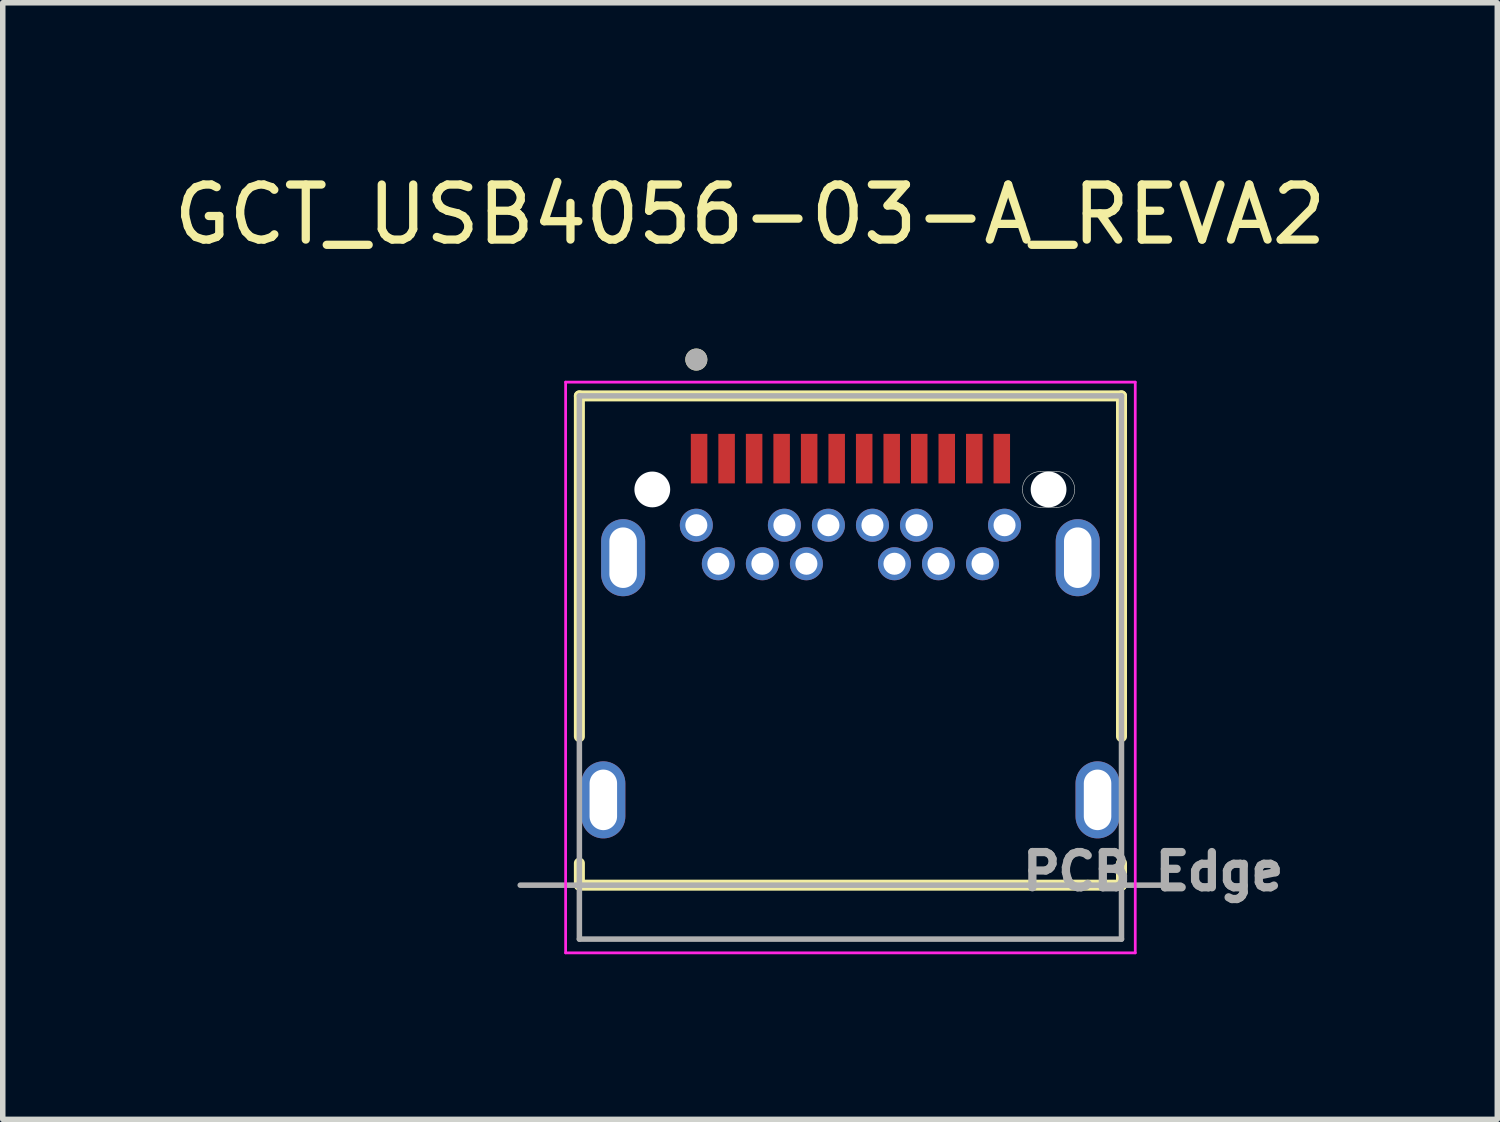
<source format=kicad_pcb>
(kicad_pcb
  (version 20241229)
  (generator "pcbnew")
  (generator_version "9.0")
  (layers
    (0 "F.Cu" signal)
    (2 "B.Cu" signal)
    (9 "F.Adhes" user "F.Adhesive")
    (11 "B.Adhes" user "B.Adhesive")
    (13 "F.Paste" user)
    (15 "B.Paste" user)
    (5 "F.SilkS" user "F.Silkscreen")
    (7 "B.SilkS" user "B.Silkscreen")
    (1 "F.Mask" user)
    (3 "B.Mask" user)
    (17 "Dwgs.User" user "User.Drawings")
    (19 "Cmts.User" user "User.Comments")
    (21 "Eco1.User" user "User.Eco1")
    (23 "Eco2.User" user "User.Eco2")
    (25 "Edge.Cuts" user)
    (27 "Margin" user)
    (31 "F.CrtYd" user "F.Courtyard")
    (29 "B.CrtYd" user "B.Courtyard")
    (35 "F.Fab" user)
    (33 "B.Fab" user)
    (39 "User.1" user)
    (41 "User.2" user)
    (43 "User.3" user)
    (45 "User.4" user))
  (footprint "GCT_USB4056-03-A_REVA2"
    (layer "F.Cu")
    (at 12.402 11.483)
    (property "Reference" "GCT_USB4056-03-A_REVA2" (at -1.825 -10.635 0) (layer "F.SilkS") (effects (font (size 1 1) (thickness 0.15))))
    (attr through_hole)
    (fp_poly (pts (xy 3.025 -5.64) (xy 3.026 -5.662) (xy 3.027 -5.684) (xy 3.03 -5.706) (xy 3.034 -5.728) (xy 3.039 -5.75) (xy 3.046 -5.771) (xy 3.053 -5.792) (xy 3.062 -5.813) (xy 3.071 -5.833) (xy 3.082 -5.853) (xy 3.094 -5.871) (xy 3.106 -5.89) (xy 3.12 -5.907) (xy 3.134 -5.924) (xy 3.149 -5.941) (xy 3.166 -5.956) (xy 3.183 -5.97) (xy 3.2 -5.984) (xy 3.219 -5.996) (xy 3.237 -6.008) (xy 3.257 -6.019) (xy 3.277 -6.028) (xy 3.298 -6.037) (xy 3.319 -6.044) (xy 3.34 -6.051) (xy 3.362 -6.056) (xy 3.384 -6.06) (xy 3.406 -6.063) (xy 3.428 -6.064) (xy 3.45 -6.065) (xy 3.75 -6.065) (xy 3.772 -6.064) (xy 3.794 -6.063) (xy 3.816 -6.06) (xy 3.838 -6.056) (xy 3.86 -6.051) (xy 3.881 -6.044) (xy 3.902 -6.037) (xy 3.923 -6.028) (xy 3.943 -6.019) (xy 3.962 -6.008) (xy 3.981 -5.996) (xy 4 -5.984) (xy 4.017 -5.97) (xy 4.034 -5.956) (xy 4.051 -5.941) (xy 4.066 -5.924) (xy 4.08 -5.907) (xy 4.094 -5.89) (xy 4.106 -5.871) (xy 4.118 -5.853) (xy 4.129 -5.833) (xy 4.138 -5.813) (xy 4.147 -5.792) (xy 4.154 -5.771) (xy 4.161 -5.75) (xy 4.166 -5.728) (xy 4.17 -5.706) (xy 4.173 -5.684) (xy 4.174 -5.662) (xy 4.175 -5.64) (xy 4.174 -5.618) (xy 4.173 -5.596) (xy 4.17 -5.574) (xy 4.166 -5.552) (xy 4.161 -5.53) (xy 4.154 -5.509) (xy 4.147 -5.488) (xy 4.138 -5.467) (xy 4.129 -5.447) (xy 4.118 -5.428) (xy 4.106 -5.409) (xy 4.094 -5.39) (xy 4.08 -5.373) (xy 4.066 -5.356) (xy 4.051 -5.339) (xy 4.034 -5.324) (xy 4.017 -5.31) (xy 4 -5.296) (xy 3.981 -5.284) (xy 3.962 -5.272) (xy 3.943 -5.261) (xy 3.923 -5.252) (xy 3.902 -5.243) (xy 3.881 -5.236) (xy 3.86 -5.229) (xy 3.838 -5.224) (xy 3.816 -5.22) (xy 3.794 -5.217) (xy 3.772 -5.216) (xy 3.75 -5.215) (xy 3.45 -5.215) (xy 3.428 -5.216) (xy 3.406 -5.217) (xy 3.384 -5.22) (xy 3.362 -5.224) (xy 3.34 -5.229) (xy 3.319 -5.236) (xy 3.298 -5.243) (xy 3.277 -5.252) (xy 3.257 -5.261) (xy 3.237 -5.272) (xy 3.219 -5.284) (xy 3.2 -5.296) (xy 3.183 -5.31) (xy 3.166 -5.324) (xy 3.149 -5.339) (xy 3.134 -5.356) (xy 3.12 -5.373) (xy 3.106 -5.39) (xy 3.094 -5.409) (xy 3.082 -5.428) (xy 3.071 -5.447) (xy 3.062 -5.467) (xy 3.053 -5.488) (xy 3.046 -5.509) (xy 3.039 -5.53) (xy 3.034 -5.552) (xy 3.03 -5.574) (xy 3.027 -5.596) (xy 3.026 -5.618) (xy 3.025 -5.64)) (stroke (width 0.01) (type solid)) (fill yes) (layer "F.Mask"))
    (fp_poly (pts (xy 3.025 -5.64) (xy 3.026 -5.662) (xy 3.027 -5.684) (xy 3.03 -5.706) (xy 3.034 -5.728) (xy 3.039 -5.75) (xy 3.046 -5.771) (xy 3.053 -5.792) (xy 3.062 -5.813) (xy 3.071 -5.833) (xy 3.082 -5.853) (xy 3.094 -5.871) (xy 3.106 -5.89) (xy 3.12 -5.907) (xy 3.134 -5.924) (xy 3.149 -5.941) (xy 3.166 -5.956) (xy 3.183 -5.97) (xy 3.2 -5.984) (xy 3.219 -5.996) (xy 3.237 -6.008) (xy 3.257 -6.019) (xy 3.277 -6.028) (xy 3.298 -6.037) (xy 3.319 -6.044) (xy 3.34 -6.051) (xy 3.362 -6.056) (xy 3.384 -6.06) (xy 3.406 -6.063) (xy 3.428 -6.064) (xy 3.45 -6.065) (xy 3.75 -6.065) (xy 3.772 -6.064) (xy 3.794 -6.063) (xy 3.816 -6.06) (xy 3.838 -6.056) (xy 3.86 -6.051) (xy 3.881 -6.044) (xy 3.902 -6.037) (xy 3.923 -6.028) (xy 3.943 -6.019) (xy 3.962 -6.008) (xy 3.981 -5.996) (xy 4 -5.984) (xy 4.017 -5.97) (xy 4.034 -5.956) (xy 4.051 -5.941) (xy 4.066 -5.924) (xy 4.08 -5.907) (xy 4.094 -5.89) (xy 4.106 -5.871) (xy 4.118 -5.853) (xy 4.129 -5.833) (xy 4.138 -5.813) (xy 4.147 -5.792) (xy 4.154 -5.771) (xy 4.161 -5.75) (xy 4.166 -5.728) (xy 4.17 -5.706) (xy 4.173 -5.684) (xy 4.174 -5.662) (xy 4.175 -5.64) (xy 4.174 -5.618) (xy 4.173 -5.596) (xy 4.17 -5.574) (xy 4.166 -5.552) (xy 4.161 -5.53) (xy 4.154 -5.509) (xy 4.147 -5.488) (xy 4.138 -5.467) (xy 4.129 -5.447) (xy 4.118 -5.428) (xy 4.106 -5.409) (xy 4.094 -5.39) (xy 4.08 -5.373) (xy 4.066 -5.356) (xy 4.051 -5.339) (xy 4.034 -5.324) (xy 4.017 -5.31) (xy 4 -5.296) (xy 3.981 -5.284) (xy 3.962 -5.272) (xy 3.943 -5.261) (xy 3.923 -5.252) (xy 3.902 -5.243) (xy 3.881 -5.236) (xy 3.86 -5.229) (xy 3.838 -5.224) (xy 3.816 -5.22) (xy 3.794 -5.217) (xy 3.772 -5.216) (xy 3.75 -5.215) (xy 3.45 -5.215) (xy 3.428 -5.216) (xy 3.406 -5.217) (xy 3.384 -5.22) (xy 3.362 -5.224) (xy 3.34 -5.229) (xy 3.319 -5.236) (xy 3.298 -5.243) (xy 3.277 -5.252) (xy 3.257 -5.261) (xy 3.237 -5.272) (xy 3.219 -5.284) (xy 3.2 -5.296) (xy 3.183 -5.31) (xy 3.166 -5.324) (xy 3.149 -5.339) (xy 3.134 -5.356) (xy 3.12 -5.373) (xy 3.106 -5.39) (xy 3.094 -5.409) (xy 3.082 -5.428) (xy 3.071 -5.447) (xy 3.062 -5.467) (xy 3.053 -5.488) (xy 3.046 -5.509) (xy 3.039 -5.53) (xy 3.034 -5.552) (xy 3.03 -5.574) (xy 3.027 -5.596) (xy 3.026 -5.618) (xy 3.025 -5.64)) (stroke (width 0.01) (type solid)) (fill yes) (layer "B.Mask"))
    (fp_line (start -4.925 -7.34) (end -4.925 -1.15) (stroke (width 0.2) (type solid)) (layer "F.SilkS"))
    (fp_line (start -4.925 -7.34) (end 4.925 -7.34) (stroke (width 0.2) (type solid)) (layer "F.SilkS"))
    (fp_line (start -4.925 1.55) (end -4.925 1.15) (stroke (width 0.2) (type solid)) (layer "F.SilkS"))
    (fp_line (start -4.925 1.55) (end 4.925 1.55) (stroke (width 0.2) (type solid)) (layer "F.SilkS"))
    (fp_line (start 4.925 -1.15) (end 4.925 -7.34) (stroke (width 0.2) (type solid)) (layer "F.SilkS"))
    (fp_line (start 4.925 1.55) (end 4.925 1.15) (stroke (width 0.2) (type solid)) (layer "F.SilkS"))
    (fp_circle (center -2.8 -8) (end -2.7 -8) (stroke (width 0.2) (type solid)) (fill no) (layer "F.SilkS"))
    (fp_line (start 3.45 -5.965) (end 3.75 -5.965) (stroke (width 0.01) (type solid)) (layer "Edge.Cuts"))
    (fp_line (start 3.75 -5.315) (end 3.45 -5.315) (stroke (width 0.01) (type solid)) (layer "Edge.Cuts"))
    (fp_arc (start 3.125 -5.64) (mid 3.22019 -5.86981) (end 3.45 -5.965) (stroke (width 0.01) (type solid)) (layer "Edge.Cuts"))
    (fp_arc (start 3.45 -5.315) (mid 3.22019 -5.41019) (end 3.125 -5.64) (stroke (width 0.01) (type solid)) (layer "Edge.Cuts"))
    (fp_arc (start 3.75 -5.965) (mid 3.97981 -5.86981) (end 4.075 -5.64) (stroke (width 0.01) (type solid)) (layer "Edge.Cuts"))
    (fp_arc (start 4.075 -5.64) (mid 3.97981 -5.41019) (end 3.75 -5.315) (stroke (width 0.01) (type solid)) (layer "Edge.Cuts"))
    (fp_line (start -5.175 -7.59) (end 5.175 -7.59) (stroke (width 0.05) (type solid)) (layer "F.CrtYd"))
    (fp_line (start -5.175 2.78) (end -5.175 -7.59) (stroke (width 0.05) (type solid)) (layer "F.CrtYd"))
    (fp_line (start -5.175 2.78) (end 5.175 2.78) (stroke (width 0.05) (type solid)) (layer "F.CrtYd"))
    (fp_line (start 5.175 2.78) (end 5.175 -7.59) (stroke (width 0.05) (type solid)) (layer "F.CrtYd"))
    (fp_line (start -6 1.55) (end 6 1.55) (stroke (width 0.1) (type solid)) (layer "F.Fab"))
    (fp_line (start -4.925 -7.34) (end 4.925 -7.34) (stroke (width 0.1) (type solid)) (layer "F.Fab"))
    (fp_line (start -4.925 2.53) (end -4.925 -7.34) (stroke (width 0.1) (type solid)) (layer "F.Fab"))
    (fp_line (start -4.925 2.53) (end 4.925 2.53) (stroke (width 0.1) (type solid)) (layer "F.Fab"))
    (fp_line (start 4.925 2.53) (end 4.925 -7.34) (stroke (width 0.1) (type solid)) (layer "F.Fab"))
    (fp_circle (center -2.8 -8) (end -2.7 -8) (stroke (width 0.2) (type solid)) (fill no) (layer "F.Fab"))
    (fp_text user "PCB Edge" (at 5.5 1.3 0) (layer "F.Fab") (effects (font (size 0.64 0.64) (thickness 0.15))))
    (pad "" np_thru_hole circle (at -3.6 -5.64) (size 0.65 0.65) (drill 0.65) (layers "*.Cu" "*.Mask"))
    (pad "" np_thru_hole circle (at 3.6 -5.64) (size 0.65 0.65) (drill 0.65) (layers "*.Cu" "*.Mask"))
    (pad "A1" smd rect (at -2.75 -6.2) (size 0.3 0.9) (layers "F.Cu" "F.Mask" "F.Paste"))
    (pad "A2" smd rect (at -2.25 -6.2) (size 0.3 0.9) (layers "F.Cu" "F.Mask" "F.Paste"))
    (pad "A3" smd rect (at -1.75 -6.2) (size 0.3 0.9) (layers "F.Cu" "F.Mask" "F.Paste"))
    (pad "A4" smd rect (at -1.25 -6.2) (size 0.3 0.9) (layers "F.Cu" "F.Mask" "F.Paste"))
    (pad "A5" smd rect (at -0.75 -6.2) (size 0.3 0.9) (layers "F.Cu" "F.Mask" "F.Paste"))
    (pad "A6" smd rect (at -0.25 -6.2) (size 0.3 0.9) (layers "F.Cu" "F.Mask" "F.Paste"))
    (pad "A7" smd rect (at 0.25 -6.2) (size 0.3 0.9) (layers "F.Cu" "F.Mask" "F.Paste"))
    (pad "A8" smd rect (at 0.75 -6.2) (size 0.3 0.9) (layers "F.Cu" "F.Mask" "F.Paste"))
    (pad "A9" smd rect (at 1.25 -6.2) (size 0.3 0.9) (layers "F.Cu" "F.Mask" "F.Paste"))
    (pad "A10" smd rect (at 1.75 -6.2) (size 0.3 0.9) (layers "F.Cu" "F.Mask" "F.Paste"))
    (pad "A11" smd rect (at 2.25 -6.2) (size 0.3 0.9) (layers "F.Cu" "F.Mask" "F.Paste"))
    (pad "A12" smd rect (at 2.75 -6.2) (size 0.3 0.9) (layers "F.Cu" "F.Mask" "F.Paste"))
    (pad "B1" thru_hole circle (at 2.8 -4.99) (size 0.6 0.6) (drill 0.4) (layers "*.Cu" "*.Mask"))
    (pad "B2" thru_hole circle (at 2.4 -4.29) (size 0.6 0.6) (drill 0.4) (layers "*.Cu" "*.Mask"))
    (pad "B3" thru_hole circle (at 1.6 -4.29) (size 0.6 0.6) (drill 0.4) (layers "*.Cu" "*.Mask"))
    (pad "B4" thru_hole circle (at 1.2 -4.99) (size 0.6 0.6) (drill 0.4) (layers "*.Cu" "*.Mask"))
    (pad "B5" thru_hole circle (at 0.8 -4.29) (size 0.6 0.6) (drill 0.4) (layers "*.Cu" "*.Mask"))
    (pad "B6" thru_hole circle (at 0.4 -4.99) (size 0.6 0.6) (drill 0.4) (layers "*.Cu" "*.Mask"))
    (pad "B7" thru_hole circle (at -0.4 -4.99) (size 0.6 0.6) (drill 0.4) (layers "*.Cu" "*.Mask"))
    (pad "B8" thru_hole circle (at -0.8 -4.29) (size 0.6 0.6) (drill 0.4) (layers "*.Cu" "*.Mask"))
    (pad "B9" thru_hole circle (at -1.2 -4.99) (size 0.6 0.6) (drill 0.4) (layers "*.Cu" "*.Mask"))
    (pad "B10" thru_hole circle (at -1.6 -4.29) (size 0.6 0.6) (drill 0.4) (layers "*.Cu" "*.Mask"))
    (pad "B11" thru_hole circle (at -2.4 -4.29) (size 0.6 0.6) (drill 0.4) (layers "*.Cu" "*.Mask"))
    (pad "B12" thru_hole circle (at -2.8 -4.99) (size 0.6 0.6) (drill 0.4) (layers "*.Cu" "*.Mask"))
    (pad "S1" thru_hole oval (at -4.13 -4.4) (size 0.8 1.4) (drill oval 0.5 1.1) (layers "*.Cu" "*.Mask"))
    (pad "S2" thru_hole oval (at 4.13 -4.4) (size 0.8 1.4) (drill oval 0.5 1.1) (layers "*.Cu" "*.Mask"))
    (pad "S3" thru_hole oval (at -4.49 0) (size 0.8 1.4) (drill oval 0.5 1.1) (layers "*.Cu" "*.Mask"))
    (pad "S4" thru_hole oval (at 4.49 0) (size 0.8 1.4) (drill oval 0.5 1.1) (layers "*.Cu" "*.Mask")))
  (gr_rect
    (start -3 -3)
    (end 24.155 17.288)
    (stroke (width 0.1) (type default))
    (fill no)
    (layer "Edge.Cuts")))
</source>
